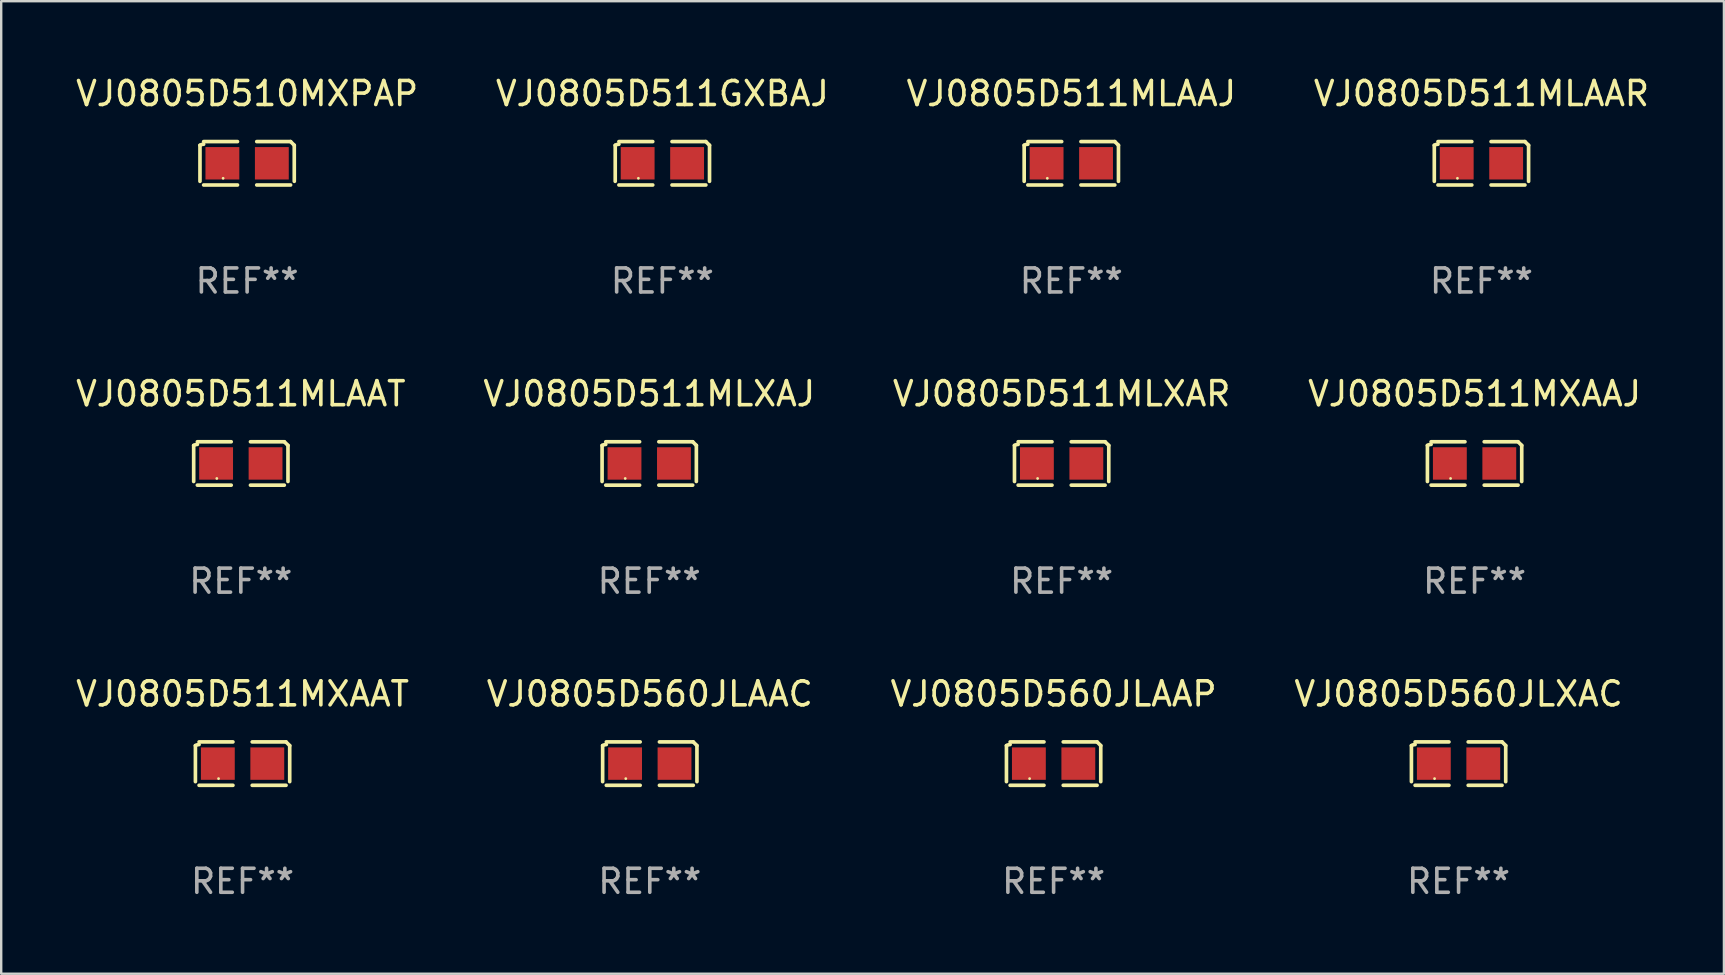
<source format=kicad_pcb>
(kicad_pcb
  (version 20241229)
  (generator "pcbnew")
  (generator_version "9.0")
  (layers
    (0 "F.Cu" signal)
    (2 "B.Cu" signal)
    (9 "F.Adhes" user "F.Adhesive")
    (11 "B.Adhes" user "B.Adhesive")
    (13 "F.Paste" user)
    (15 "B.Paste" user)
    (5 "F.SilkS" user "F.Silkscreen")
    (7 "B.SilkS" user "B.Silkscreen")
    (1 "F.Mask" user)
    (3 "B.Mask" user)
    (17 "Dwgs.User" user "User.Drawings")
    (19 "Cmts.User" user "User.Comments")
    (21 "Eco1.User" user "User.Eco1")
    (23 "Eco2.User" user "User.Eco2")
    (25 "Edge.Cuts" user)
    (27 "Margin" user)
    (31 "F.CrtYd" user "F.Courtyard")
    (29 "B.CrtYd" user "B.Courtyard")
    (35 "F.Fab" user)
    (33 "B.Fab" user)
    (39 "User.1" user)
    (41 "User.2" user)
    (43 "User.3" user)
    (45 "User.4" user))
  (footprint "VJ0805D511MXAAT"
    (layer "F.Cu")
    (at 7.054 28.759)
    (property "Reference" "VJ0805D511MXAAT" (at 0 -2.904 0) (layer "F.SilkS") (effects (font (size 1 1) (thickness 0.15))))
    (attr through_hole)
    (fp_line (start -1.964 0.751) (end -1.964 -0.751) (stroke (width 0.152) (type solid)) (layer "F.SilkS"))
    (fp_line (start -1.811 -0.904) (end -0.401 -0.904) (stroke (width 0.152) (type solid)) (layer "F.SilkS"))
    (fp_line (start -0.401 0.904) (end -1.811 0.904) (stroke (width 0.152) (type solid)) (layer "F.SilkS"))
    (fp_line (start 0.401 0.904) (end 1.811 0.904) (stroke (width 0.152) (type solid)) (layer "F.SilkS"))
    (fp_line (start 1.811 -0.904) (end 0.401 -0.904) (stroke (width 0.152) (type solid)) (layer "F.SilkS"))
    (fp_line (start 1.964 0.751) (end 1.964 -0.751) (stroke (width 0.152) (type solid)) (layer "F.SilkS"))
    (fp_arc (start -1.963602 -0.751207) (mid -1.890354 -0.783131) (end -1.811201 -0.794044) (stroke (width 0.1524) (type solid)) (layer "F.SilkS"))
    (fp_arc (start 1.811202 -0.903607) (mid 1.887413 -0.827418) (end 1.963602 -0.751207) (stroke (width 0.1524) (type solid)) (layer "F.SilkS"))
    (fp_circle (center -1 0.625) (end -0.97 0.625) (stroke (width 0.06) (type solid)) (fill no) (layer "F.SilkS"))
    (fp_text user "REF**" (at 0 4.904 0) (layer "F.Fab") (effects (font (size 1 1) (thickness 0.15))))
    (pad "1" smd rect (at -1.03 0) (size 1.41 1.35) (layers "F.Cu" "F.Mask" "F.Paste"))
    (pad "2" smd rect (at 1.03 0) (size 1.41 1.35) (layers "F.Cu" "F.Mask" "F.Paste")))
  (footprint "VJ0805D560JLAAP"
    (layer "F.Cu")
    (at 40.839 28.759)
    (property "Reference" "VJ0805D560JLAAP" (at 0 -2.904 0) (layer "F.SilkS") (effects (font (size 1 1) (thickness 0.15))))
    (attr through_hole)
    (fp_line (start -1.964 0.751) (end -1.964 -0.751) (stroke (width 0.152) (type solid)) (layer "F.SilkS"))
    (fp_line (start -1.811 -0.904) (end -0.401 -0.904) (stroke (width 0.152) (type solid)) (layer "F.SilkS"))
    (fp_line (start -0.401 0.904) (end -1.811 0.904) (stroke (width 0.152) (type solid)) (layer "F.SilkS"))
    (fp_line (start 0.401 0.904) (end 1.811 0.904) (stroke (width 0.152) (type solid)) (layer "F.SilkS"))
    (fp_line (start 1.811 -0.904) (end 0.401 -0.904) (stroke (width 0.152) (type solid)) (layer "F.SilkS"))
    (fp_line (start 1.964 0.751) (end 1.964 -0.751) (stroke (width 0.152) (type solid)) (layer "F.SilkS"))
    (fp_arc (start -1.963602 -0.751207) (mid -1.890354 -0.783131) (end -1.811201 -0.794044) (stroke (width 0.1524) (type solid)) (layer "F.SilkS"))
    (fp_arc (start 1.811202 -0.903607) (mid 1.887413 -0.827418) (end 1.963602 -0.751207) (stroke (width 0.1524) (type solid)) (layer "F.SilkS"))
    (fp_circle (center -1 0.625) (end -0.97 0.625) (stroke (width 0.06) (type solid)) (fill no) (layer "F.SilkS"))
    (fp_text user "REF**" (at 0 4.904 0) (layer "F.Fab") (effects (font (size 1 1) (thickness 0.15))))
    (pad "1" smd rect (at -1.03 0) (size 1.41 1.35) (layers "F.Cu" "F.Mask" "F.Paste"))
    (pad "2" smd rect (at 1.03 0) (size 1.41 1.35) (layers "F.Cu" "F.Mask" "F.Paste")))
  (footprint "VJ0805D511MLAAJ"
    (layer "F.Cu")
    (at 41.577 3.752)
    (property "Reference" "VJ0805D511MLAAJ" (at 0 -2.904 0) (layer "F.SilkS") (effects (font (size 1 1) (thickness 0.15))))
    (attr through_hole)
    (fp_line (start -1.964 0.751) (end -1.964 -0.751) (stroke (width 0.152) (type solid)) (layer "F.SilkS"))
    (fp_line (start -1.811 -0.904) (end -0.401 -0.904) (stroke (width 0.152) (type solid)) (layer "F.SilkS"))
    (fp_line (start -0.401 0.904) (end -1.811 0.904) (stroke (width 0.152) (type solid)) (layer "F.SilkS"))
    (fp_line (start 0.401 0.904) (end 1.811 0.904) (stroke (width 0.152) (type solid)) (layer "F.SilkS"))
    (fp_line (start 1.811 -0.904) (end 0.401 -0.904) (stroke (width 0.152) (type solid)) (layer "F.SilkS"))
    (fp_line (start 1.964 0.751) (end 1.964 -0.751) (stroke (width 0.152) (type solid)) (layer "F.SilkS"))
    (fp_arc (start -1.963602 -0.751207) (mid -1.890354 -0.783131) (end -1.811201 -0.794044) (stroke (width 0.1524) (type solid)) (layer "F.SilkS"))
    (fp_arc (start 1.811202 -0.903607) (mid 1.887413 -0.827418) (end 1.963602 -0.751207) (stroke (width 0.1524) (type solid)) (layer "F.SilkS"))
    (fp_circle (center -1 0.625) (end -0.97 0.625) (stroke (width 0.06) (type solid)) (fill no) (layer "F.SilkS"))
    (fp_text user "REF**" (at 0 4.904 0) (layer "F.Fab") (effects (font (size 1 1) (thickness 0.15))))
    (pad "1" smd rect (at -1.03 0) (size 1.41 1.35) (layers "F.Cu" "F.Mask" "F.Paste"))
    (pad "2" smd rect (at 1.03 0) (size 1.41 1.35) (layers "F.Cu" "F.Mask" "F.Paste")))
  (footprint "VJ0805D511GXBAJ"
    (layer "F.Cu")
    (at 24.542 3.752)
    (property "Reference" "VJ0805D511GXBAJ" (at 0 -2.904 0) (layer "F.SilkS") (effects (font (size 1 1) (thickness 0.15))))
    (attr through_hole)
    (fp_line (start -1.964 0.751) (end -1.964 -0.751) (stroke (width 0.152) (type solid)) (layer "F.SilkS"))
    (fp_line (start -1.811 -0.904) (end -0.401 -0.904) (stroke (width 0.152) (type solid)) (layer "F.SilkS"))
    (fp_line (start -0.401 0.904) (end -1.811 0.904) (stroke (width 0.152) (type solid)) (layer "F.SilkS"))
    (fp_line (start 0.401 0.904) (end 1.811 0.904) (stroke (width 0.152) (type solid)) (layer "F.SilkS"))
    (fp_line (start 1.811 -0.904) (end 0.401 -0.904) (stroke (width 0.152) (type solid)) (layer "F.SilkS"))
    (fp_line (start 1.964 0.751) (end 1.964 -0.751) (stroke (width 0.152) (type solid)) (layer "F.SilkS"))
    (fp_arc (start -1.963602 -0.751207) (mid -1.890354 -0.783131) (end -1.811201 -0.794044) (stroke (width 0.1524) (type solid)) (layer "F.SilkS"))
    (fp_arc (start 1.811202 -0.903607) (mid 1.887413 -0.827418) (end 1.963602 -0.751207) (stroke (width 0.1524) (type solid)) (layer "F.SilkS"))
    (fp_circle (center -1 0.625) (end -0.97 0.625) (stroke (width 0.06) (type solid)) (fill no) (layer "F.SilkS"))
    (fp_text user "REF**" (at 0 4.904 0) (layer "F.Fab") (effects (font (size 1 1) (thickness 0.15))))
    (pad "1" smd rect (at -1.03 0) (size 1.41 1.35) (layers "F.Cu" "F.Mask" "F.Paste"))
    (pad "2" smd rect (at 1.03 0) (size 1.41 1.35) (layers "F.Cu" "F.Mask" "F.Paste")))
  (footprint "VJ0805D511MLXAR"
    (layer "F.Cu")
    (at 41.173 16.256)
    (property "Reference" "VJ0805D511MLXAR" (at 0 -2.904 0) (layer "F.SilkS") (effects (font (size 1 1) (thickness 0.15))))
    (attr through_hole)
    (fp_line (start -1.964 0.751) (end -1.964 -0.751) (stroke (width 0.152) (type solid)) (layer "F.SilkS"))
    (fp_line (start -1.811 -0.904) (end -0.401 -0.904) (stroke (width 0.152) (type solid)) (layer "F.SilkS"))
    (fp_line (start -0.401 0.904) (end -1.811 0.904) (stroke (width 0.152) (type solid)) (layer "F.SilkS"))
    (fp_line (start 0.401 0.904) (end 1.811 0.904) (stroke (width 0.152) (type solid)) (layer "F.SilkS"))
    (fp_line (start 1.811 -0.904) (end 0.401 -0.904) (stroke (width 0.152) (type solid)) (layer "F.SilkS"))
    (fp_line (start 1.964 0.751) (end 1.964 -0.751) (stroke (width 0.152) (type solid)) (layer "F.SilkS"))
    (fp_arc (start -1.963602 -0.751207) (mid -1.890354 -0.783131) (end -1.811201 -0.794044) (stroke (width 0.1524) (type solid)) (layer "F.SilkS"))
    (fp_arc (start 1.811202 -0.903607) (mid 1.887413 -0.827418) (end 1.963602 -0.751207) (stroke (width 0.1524) (type solid)) (layer "F.SilkS"))
    (fp_circle (center -1 0.625) (end -0.97 0.625) (stroke (width 0.06) (type solid)) (fill no) (layer "F.SilkS"))
    (fp_text user "REF**" (at 0 4.904 0) (layer "F.Fab") (effects (font (size 1 1) (thickness 0.15))))
    (pad "1" smd rect (at -1.03 0) (size 1.41 1.35) (layers "F.Cu" "F.Mask" "F.Paste"))
    (pad "2" smd rect (at 1.03 0) (size 1.41 1.35) (layers "F.Cu" "F.Mask" "F.Paste")))
  (footprint "VJ0805D510MXPAP"
    (layer "F.Cu")
    (at 7.244 3.752)
    (property "Reference" "VJ0805D510MXPAP" (at 0 -2.904 0) (layer "F.SilkS") (effects (font (size 1 1) (thickness 0.15))))
    (attr through_hole)
    (fp_line (start -1.964 0.751) (end -1.964 -0.751) (stroke (width 0.152) (type solid)) (layer "F.SilkS"))
    (fp_line (start -1.811 -0.904) (end -0.401 -0.904) (stroke (width 0.152) (type solid)) (layer "F.SilkS"))
    (fp_line (start -0.401 0.904) (end -1.811 0.904) (stroke (width 0.152) (type solid)) (layer "F.SilkS"))
    (fp_line (start 0.401 0.904) (end 1.811 0.904) (stroke (width 0.152) (type solid)) (layer "F.SilkS"))
    (fp_line (start 1.811 -0.904) (end 0.401 -0.904) (stroke (width 0.152) (type solid)) (layer "F.SilkS"))
    (fp_line (start 1.964 0.751) (end 1.964 -0.751) (stroke (width 0.152) (type solid)) (layer "F.SilkS"))
    (fp_arc (start -1.963602 -0.751207) (mid -1.890354 -0.783131) (end -1.811201 -0.794044) (stroke (width 0.1524) (type solid)) (layer "F.SilkS"))
    (fp_arc (start 1.811202 -0.903607) (mid 1.887413 -0.827418) (end 1.963602 -0.751207) (stroke (width 0.1524) (type solid)) (layer "F.SilkS"))
    (fp_circle (center -1 0.625) (end -0.97 0.625) (stroke (width 0.06) (type solid)) (fill no) (layer "F.SilkS"))
    (fp_text user "REF**" (at 0 4.904 0) (layer "F.Fab") (effects (font (size 1 1) (thickness 0.15))))
    (pad "1" smd rect (at -1.03 0) (size 1.41 1.35) (layers "F.Cu" "F.Mask" "F.Paste"))
    (pad "2" smd rect (at 1.03 0) (size 1.41 1.35) (layers "F.Cu" "F.Mask" "F.Paste")))
  (footprint "VJ0805D511MXAAJ"
    (layer "F.Cu")
    (at 58.375 16.256)
    (property "Reference" "VJ0805D511MXAAJ" (at 0 -2.904 0) (layer "F.SilkS") (effects (font (size 1 1) (thickness 0.15))))
    (attr through_hole)
    (fp_line (start -1.964 0.751) (end -1.964 -0.751) (stroke (width 0.152) (type solid)) (layer "F.SilkS"))
    (fp_line (start -1.811 -0.904) (end -0.401 -0.904) (stroke (width 0.152) (type solid)) (layer "F.SilkS"))
    (fp_line (start -0.401 0.904) (end -1.811 0.904) (stroke (width 0.152) (type solid)) (layer "F.SilkS"))
    (fp_line (start 0.401 0.904) (end 1.811 0.904) (stroke (width 0.152) (type solid)) (layer "F.SilkS"))
    (fp_line (start 1.811 -0.904) (end 0.401 -0.904) (stroke (width 0.152) (type solid)) (layer "F.SilkS"))
    (fp_line (start 1.964 0.751) (end 1.964 -0.751) (stroke (width 0.152) (type solid)) (layer "F.SilkS"))
    (fp_arc (start -1.963602 -0.751207) (mid -1.890354 -0.783131) (end -1.811201 -0.794044) (stroke (width 0.1524) (type solid)) (layer "F.SilkS"))
    (fp_arc (start 1.811202 -0.903607) (mid 1.887413 -0.827418) (end 1.963602 -0.751207) (stroke (width 0.1524) (type solid)) (layer "F.SilkS"))
    (fp_circle (center -1 0.625) (end -0.97 0.625) (stroke (width 0.06) (type solid)) (fill no) (layer "F.SilkS"))
    (fp_text user "REF**" (at 0 4.904 0) (layer "F.Fab") (effects (font (size 1 1) (thickness 0.15))))
    (pad "1" smd rect (at -1.03 0) (size 1.41 1.35) (layers "F.Cu" "F.Mask" "F.Paste"))
    (pad "2" smd rect (at 1.03 0) (size 1.41 1.35) (layers "F.Cu" "F.Mask" "F.Paste")))
  (footprint "VJ0805D560JLXAC"
    (layer "F.Cu")
    (at 57.708 28.759)
    (property "Reference" "VJ0805D560JLXAC" (at 0 -2.904 0) (layer "F.SilkS") (effects (font (size 1 1) (thickness 0.15))))
    (attr through_hole)
    (fp_line (start -1.964 0.751) (end -1.964 -0.751) (stroke (width 0.152) (type solid)) (layer "F.SilkS"))
    (fp_line (start -1.811 -0.904) (end -0.401 -0.904) (stroke (width 0.152) (type solid)) (layer "F.SilkS"))
    (fp_line (start -0.401 0.904) (end -1.811 0.904) (stroke (width 0.152) (type solid)) (layer "F.SilkS"))
    (fp_line (start 0.401 0.904) (end 1.811 0.904) (stroke (width 0.152) (type solid)) (layer "F.SilkS"))
    (fp_line (start 1.811 -0.904) (end 0.401 -0.904) (stroke (width 0.152) (type solid)) (layer "F.SilkS"))
    (fp_line (start 1.964 0.751) (end 1.964 -0.751) (stroke (width 0.152) (type solid)) (layer "F.SilkS"))
    (fp_arc (start -1.963602 -0.751207) (mid -1.890354 -0.783131) (end -1.811201 -0.794044) (stroke (width 0.1524) (type solid)) (layer "F.SilkS"))
    (fp_arc (start 1.811202 -0.903607) (mid 1.887413 -0.827418) (end 1.963602 -0.751207) (stroke (width 0.1524) (type solid)) (layer "F.SilkS"))
    (fp_circle (center -1 0.625) (end -0.97 0.625) (stroke (width 0.06) (type solid)) (fill no) (layer "F.SilkS"))
    (fp_text user "REF**" (at 0 4.904 0) (layer "F.Fab") (effects (font (size 1 1) (thickness 0.15))))
    (pad "1" smd rect (at -1.03 0) (size 1.41 1.35) (layers "F.Cu" "F.Mask" "F.Paste"))
    (pad "2" smd rect (at 1.03 0) (size 1.41 1.35) (layers "F.Cu" "F.Mask" "F.Paste")))
  (footprint "VJ0805D511MLAAR"
    (layer "F.Cu")
    (at 58.661 3.752)
    (property "Reference" "VJ0805D511MLAAR" (at 0 -2.904 0) (layer "F.SilkS") (effects (font (size 1 1) (thickness 0.15))))
    (attr through_hole)
    (fp_line (start -1.964 0.751) (end -1.964 -0.751) (stroke (width 0.152) (type solid)) (layer "F.SilkS"))
    (fp_line (start -1.811 -0.904) (end -0.401 -0.904) (stroke (width 0.152) (type solid)) (layer "F.SilkS"))
    (fp_line (start -0.401 0.904) (end -1.811 0.904) (stroke (width 0.152) (type solid)) (layer "F.SilkS"))
    (fp_line (start 0.401 0.904) (end 1.811 0.904) (stroke (width 0.152) (type solid)) (layer "F.SilkS"))
    (fp_line (start 1.811 -0.904) (end 0.401 -0.904) (stroke (width 0.152) (type solid)) (layer "F.SilkS"))
    (fp_line (start 1.964 0.751) (end 1.964 -0.751) (stroke (width 0.152) (type solid)) (layer "F.SilkS"))
    (fp_arc (start -1.963602 -0.751207) (mid -1.890354 -0.783131) (end -1.811201 -0.794044) (stroke (width 0.1524) (type solid)) (layer "F.SilkS"))
    (fp_arc (start 1.811202 -0.903607) (mid 1.887413 -0.827418) (end 1.963602 -0.751207) (stroke (width 0.1524) (type solid)) (layer "F.SilkS"))
    (fp_circle (center -1 0.625) (end -0.97 0.625) (stroke (width 0.06) (type solid)) (fill no) (layer "F.SilkS"))
    (fp_text user "REF**" (at 0 4.904 0) (layer "F.Fab") (effects (font (size 1 1) (thickness 0.15))))
    (pad "1" smd rect (at -1.03 0) (size 1.41 1.35) (layers "F.Cu" "F.Mask" "F.Paste"))
    (pad "2" smd rect (at 1.03 0) (size 1.41 1.35) (layers "F.Cu" "F.Mask" "F.Paste")))
  (footprint "VJ0805D511MLAAT"
    (layer "F.Cu")
    (at 6.982 16.256)
    (property "Reference" "VJ0805D511MLAAT" (at 0 -2.904 0) (layer "F.SilkS") (effects (font (size 1 1) (thickness 0.15))))
    (attr through_hole)
    (fp_line (start -1.964 0.751) (end -1.964 -0.751) (stroke (width 0.152) (type solid)) (layer "F.SilkS"))
    (fp_line (start -1.811 -0.904) (end -0.401 -0.904) (stroke (width 0.152) (type solid)) (layer "F.SilkS"))
    (fp_line (start -0.401 0.904) (end -1.811 0.904) (stroke (width 0.152) (type solid)) (layer "F.SilkS"))
    (fp_line (start 0.401 0.904) (end 1.811 0.904) (stroke (width 0.152) (type solid)) (layer "F.SilkS"))
    (fp_line (start 1.811 -0.904) (end 0.401 -0.904) (stroke (width 0.152) (type solid)) (layer "F.SilkS"))
    (fp_line (start 1.964 0.751) (end 1.964 -0.751) (stroke (width 0.152) (type solid)) (layer "F.SilkS"))
    (fp_arc (start -1.963602 -0.751207) (mid -1.890354 -0.783131) (end -1.811201 -0.794044) (stroke (width 0.1524) (type solid)) (layer "F.SilkS"))
    (fp_arc (start 1.811202 -0.903607) (mid 1.887413 -0.827418) (end 1.963602 -0.751207) (stroke (width 0.1524) (type solid)) (layer "F.SilkS"))
    (fp_circle (center -1 0.625) (end -0.97 0.625) (stroke (width 0.06) (type solid)) (fill no) (layer "F.SilkS"))
    (fp_text user "REF**" (at 0 4.904 0) (layer "F.Fab") (effects (font (size 1 1) (thickness 0.15))))
    (pad "1" smd rect (at -1.03 0) (size 1.41 1.35) (layers "F.Cu" "F.Mask" "F.Paste"))
    (pad "2" smd rect (at 1.03 0) (size 1.41 1.35) (layers "F.Cu" "F.Mask" "F.Paste")))
  (footprint "VJ0805D511MLXAJ"
    (layer "F.Cu")
    (at 23.994 16.256)
    (property "Reference" "VJ0805D511MLXAJ" (at 0 -2.904 0) (layer "F.SilkS") (effects (font (size 1 1) (thickness 0.15))))
    (attr through_hole)
    (fp_line (start -1.964 0.751) (end -1.964 -0.751) (stroke (width 0.152) (type solid)) (layer "F.SilkS"))
    (fp_line (start -1.811 -0.904) (end -0.401 -0.904) (stroke (width 0.152) (type solid)) (layer "F.SilkS"))
    (fp_line (start -0.401 0.904) (end -1.811 0.904) (stroke (width 0.152) (type solid)) (layer "F.SilkS"))
    (fp_line (start 0.401 0.904) (end 1.811 0.904) (stroke (width 0.152) (type solid)) (layer "F.SilkS"))
    (fp_line (start 1.811 -0.904) (end 0.401 -0.904) (stroke (width 0.152) (type solid)) (layer "F.SilkS"))
    (fp_line (start 1.964 0.751) (end 1.964 -0.751) (stroke (width 0.152) (type solid)) (layer "F.SilkS"))
    (fp_arc (start -1.963602 -0.751207) (mid -1.890354 -0.783131) (end -1.811201 -0.794044) (stroke (width 0.1524) (type solid)) (layer "F.SilkS"))
    (fp_arc (start 1.811202 -0.903607) (mid 1.887413 -0.827418) (end 1.963602 -0.751207) (stroke (width 0.1524) (type solid)) (layer "F.SilkS"))
    (fp_circle (center -1 0.625) (end -0.97 0.625) (stroke (width 0.06) (type solid)) (fill no) (layer "F.SilkS"))
    (fp_text user "REF**" (at 0 4.904 0) (layer "F.Fab") (effects (font (size 1 1) (thickness 0.15))))
    (pad "1" smd rect (at -1.03 0) (size 1.41 1.35) (layers "F.Cu" "F.Mask" "F.Paste"))
    (pad "2" smd rect (at 1.03 0) (size 1.41 1.35) (layers "F.Cu" "F.Mask" "F.Paste")))
  (footprint "VJ0805D560JLAAC"
    (layer "F.Cu")
    (at 24.018 28.759)
    (property "Reference" "VJ0805D560JLAAC" (at 0 -2.904 0) (layer "F.SilkS") (effects (font (size 1 1) (thickness 0.15))))
    (attr through_hole)
    (fp_line (start -1.964 0.751) (end -1.964 -0.751) (stroke (width 0.152) (type solid)) (layer "F.SilkS"))
    (fp_line (start -1.811 -0.904) (end -0.401 -0.904) (stroke (width 0.152) (type solid)) (layer "F.SilkS"))
    (fp_line (start -0.401 0.904) (end -1.811 0.904) (stroke (width 0.152) (type solid)) (layer "F.SilkS"))
    (fp_line (start 0.401 0.904) (end 1.811 0.904) (stroke (width 0.152) (type solid)) (layer "F.SilkS"))
    (fp_line (start 1.811 -0.904) (end 0.401 -0.904) (stroke (width 0.152) (type solid)) (layer "F.SilkS"))
    (fp_line (start 1.964 0.751) (end 1.964 -0.751) (stroke (width 0.152) (type solid)) (layer "F.SilkS"))
    (fp_arc (start -1.963602 -0.751207) (mid -1.890354 -0.783131) (end -1.811201 -0.794044) (stroke (width 0.1524) (type solid)) (layer "F.SilkS"))
    (fp_arc (start 1.811202 -0.903607) (mid 1.887413 -0.827418) (end 1.963602 -0.751207) (stroke (width 0.1524) (type solid)) (layer "F.SilkS"))
    (fp_circle (center -1 0.625) (end -0.97 0.625) (stroke (width 0.06) (type solid)) (fill no) (layer "F.SilkS"))
    (fp_text user "REF**" (at 0 4.904 0) (layer "F.Fab") (effects (font (size 1 1) (thickness 0.15))))
    (pad "1" smd rect (at -1.03 0) (size 1.41 1.35) (layers "F.Cu" "F.Mask" "F.Paste"))
    (pad "2" smd rect (at 1.03 0) (size 1.41 1.35) (layers "F.Cu" "F.Mask" "F.Paste")))
  (gr_rect
    (start -3 -3)
    (end 68.762 37.511)
    (stroke (width 0.1) (type default))
    (fill no)
    (layer "Edge.Cuts")))
</source>
